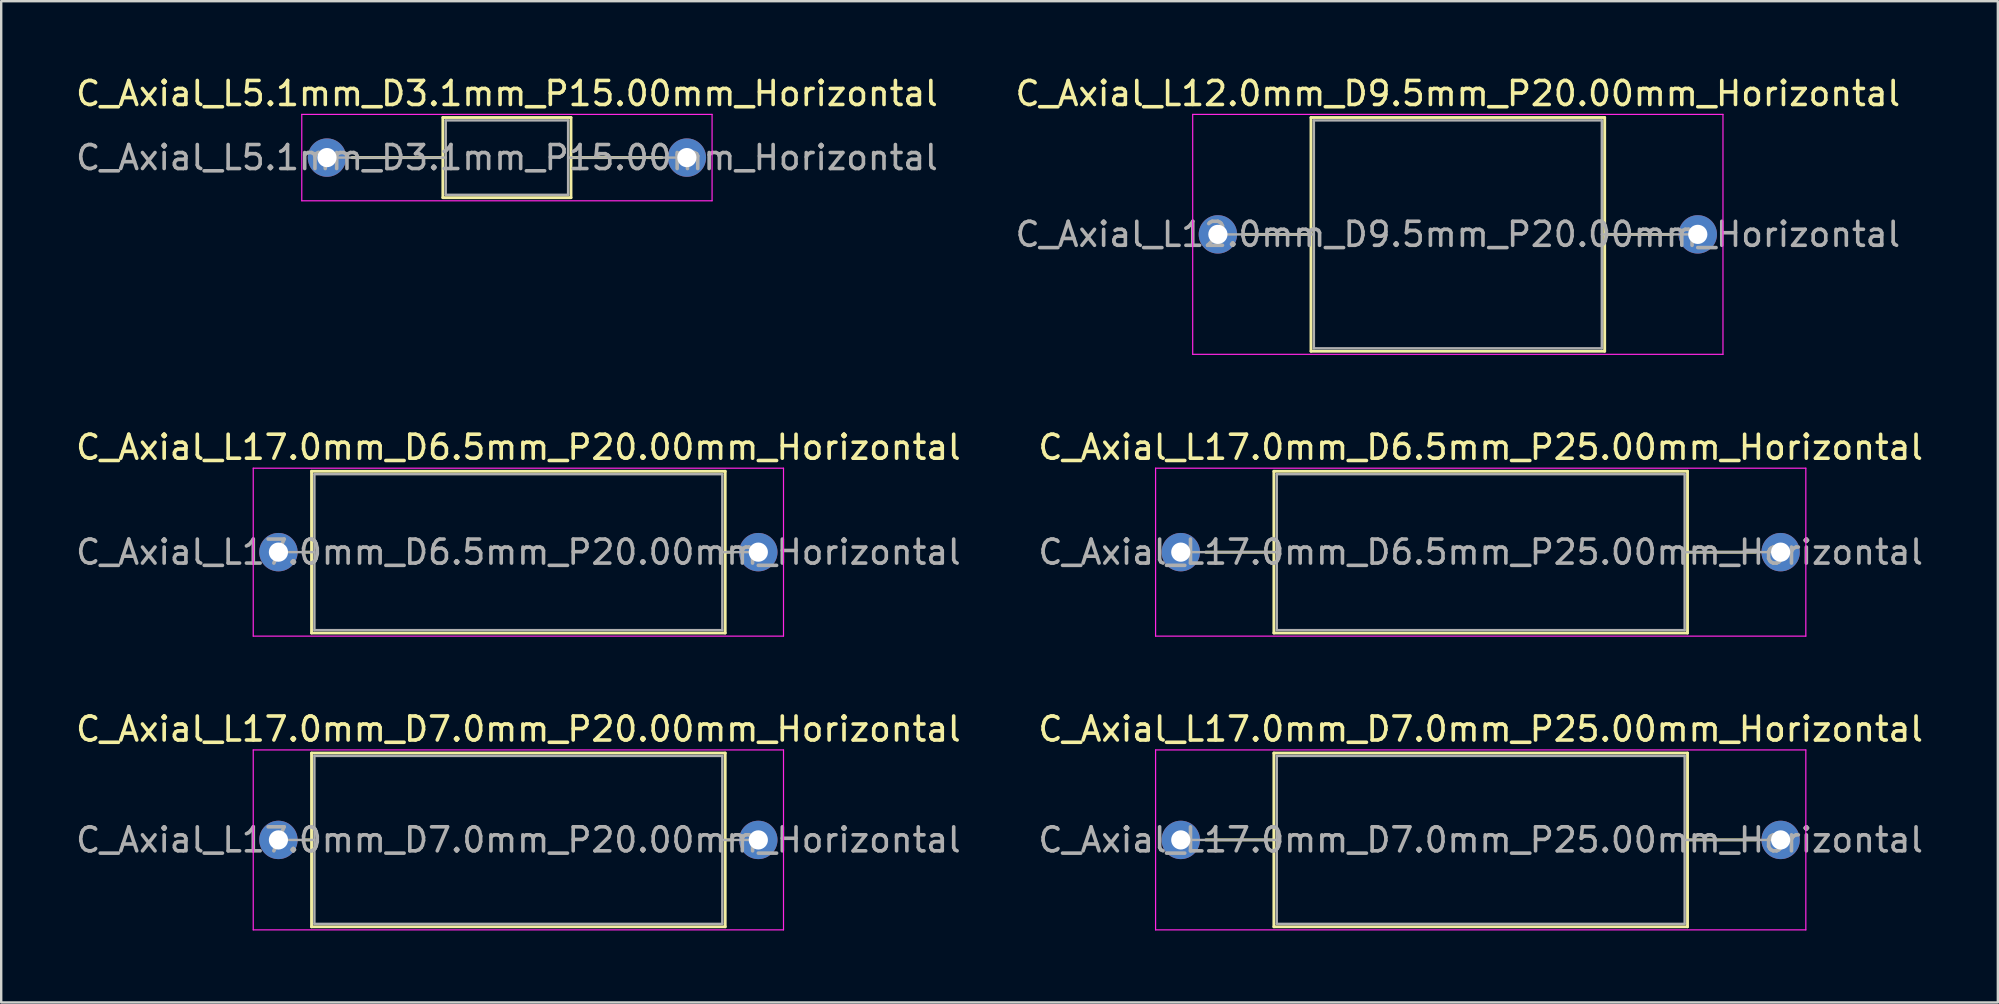
<source format=kicad_pcb>
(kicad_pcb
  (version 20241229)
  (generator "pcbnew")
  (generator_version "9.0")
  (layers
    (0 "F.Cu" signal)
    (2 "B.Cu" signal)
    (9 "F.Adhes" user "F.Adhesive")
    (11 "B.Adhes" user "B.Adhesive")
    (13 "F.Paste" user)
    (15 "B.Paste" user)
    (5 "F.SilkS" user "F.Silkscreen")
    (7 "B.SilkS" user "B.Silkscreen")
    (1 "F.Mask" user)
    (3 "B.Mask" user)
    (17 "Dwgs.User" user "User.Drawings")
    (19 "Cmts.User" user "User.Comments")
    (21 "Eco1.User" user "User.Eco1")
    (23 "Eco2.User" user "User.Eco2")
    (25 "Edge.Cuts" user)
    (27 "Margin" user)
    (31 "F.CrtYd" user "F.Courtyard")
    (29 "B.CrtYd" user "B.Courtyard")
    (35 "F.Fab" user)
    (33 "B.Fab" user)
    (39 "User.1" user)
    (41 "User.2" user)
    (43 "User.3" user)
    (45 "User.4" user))
  (footprint "C_Axial_L17.0mm_D6.5mm_P25.00mm_Horizontal"
    (layer "F.Cu")
    (at 46.161 19.962)
    (property "Reference" "C_Axial_L17.0mm_D6.5mm_P25.00mm_Horizontal" (at 12.5 -4.37 0) (layer "F.SilkS") (effects (font (size 1 1) (thickness 0.15))))
    (attr through_hole)
    (fp_line (start 1.04 0) (end 3.88 0) (stroke (width 0.12) (type solid)) (layer "F.SilkS"))
    (fp_line (start 3.88 -3.37) (end 3.88 3.37) (stroke (width 0.12) (type solid)) (layer "F.SilkS"))
    (fp_line (start 3.88 3.37) (end 21.12 3.37) (stroke (width 0.12) (type solid)) (layer "F.SilkS"))
    (fp_line (start 21.12 -3.37) (end 3.88 -3.37) (stroke (width 0.12) (type solid)) (layer "F.SilkS"))
    (fp_line (start 21.12 3.37) (end 21.12 -3.37) (stroke (width 0.12) (type solid)) (layer "F.SilkS"))
    (fp_line (start 23.96 0) (end 21.12 0) (stroke (width 0.12) (type solid)) (layer "F.SilkS"))
    (fp_line (start -1.05 -3.5) (end -1.05 3.5) (stroke (width 0.05) (type solid)) (layer "F.CrtYd"))
    (fp_line (start -1.05 3.5) (end 26.05 3.5) (stroke (width 0.05) (type solid)) (layer "F.CrtYd"))
    (fp_line (start 26.05 -3.5) (end -1.05 -3.5) (stroke (width 0.05) (type solid)) (layer "F.CrtYd"))
    (fp_line (start 26.05 3.5) (end 26.05 -3.5) (stroke (width 0.05) (type solid)) (layer "F.CrtYd"))
    (fp_line (start 0 0) (end 4 0) (stroke (width 0.1) (type solid)) (layer "F.Fab"))
    (fp_line (start 4 -3.25) (end 4 3.25) (stroke (width 0.1) (type solid)) (layer "F.Fab"))
    (fp_line (start 4 3.25) (end 21 3.25) (stroke (width 0.1) (type solid)) (layer "F.Fab"))
    (fp_line (start 21 -3.25) (end 4 -3.25) (stroke (width 0.1) (type solid)) (layer "F.Fab"))
    (fp_line (start 21 3.25) (end 21 -3.25) (stroke (width 0.1) (type solid)) (layer "F.Fab"))
    (fp_line (start 25 0) (end 21 0) (stroke (width 0.1) (type solid)) (layer "F.Fab"))
    (fp_text user "${REFERENCE}" (at 12.5 0 0) (layer "F.Fab") (effects (font (size 1 1) (thickness 0.15))))
    (pad "1" thru_hole circle (at 0 0) (size 1.6 1.6) (drill 0.8) (layers "*.Cu" "*.Mask"))
    (pad "2" thru_hole oval (at 25 0) (size 1.6 1.6) (drill 0.8) (layers "*.Cu" "*.Mask")))
  (footprint "C_Axial_L17.0mm_D7.0mm_P20.00mm_Horizontal"
    (layer "F.Cu")
    (at 8.554 31.955)
    (property "Reference" "C_Axial_L17.0mm_D7.0mm_P20.00mm_Horizontal" (at 10 -4.62 0) (layer "F.SilkS") (effects (font (size 1 1) (thickness 0.15))))
    (attr through_hole)
    (fp_line (start 1.04 0) (end 1.38 0) (stroke (width 0.12) (type solid)) (layer "F.SilkS"))
    (fp_line (start 1.38 -3.62) (end 1.38 3.62) (stroke (width 0.12) (type solid)) (layer "F.SilkS"))
    (fp_line (start 1.38 3.62) (end 18.62 3.62) (stroke (width 0.12) (type solid)) (layer "F.SilkS"))
    (fp_line (start 18.62 -3.62) (end 1.38 -3.62) (stroke (width 0.12) (type solid)) (layer "F.SilkS"))
    (fp_line (start 18.62 3.62) (end 18.62 -3.62) (stroke (width 0.12) (type solid)) (layer "F.SilkS"))
    (fp_line (start 18.96 0) (end 18.62 0) (stroke (width 0.12) (type solid)) (layer "F.SilkS"))
    (fp_line (start -1.05 -3.75) (end -1.05 3.75) (stroke (width 0.05) (type solid)) (layer "F.CrtYd"))
    (fp_line (start -1.05 3.75) (end 21.05 3.75) (stroke (width 0.05) (type solid)) (layer "F.CrtYd"))
    (fp_line (start 21.05 -3.75) (end -1.05 -3.75) (stroke (width 0.05) (type solid)) (layer "F.CrtYd"))
    (fp_line (start 21.05 3.75) (end 21.05 -3.75) (stroke (width 0.05) (type solid)) (layer "F.CrtYd"))
    (fp_line (start 0 0) (end 1.5 0) (stroke (width 0.1) (type solid)) (layer "F.Fab"))
    (fp_line (start 1.5 -3.5) (end 1.5 3.5) (stroke (width 0.1) (type solid)) (layer "F.Fab"))
    (fp_line (start 1.5 3.5) (end 18.5 3.5) (stroke (width 0.1) (type solid)) (layer "F.Fab"))
    (fp_line (start 18.5 -3.5) (end 1.5 -3.5) (stroke (width 0.1) (type solid)) (layer "F.Fab"))
    (fp_line (start 18.5 3.5) (end 18.5 -3.5) (stroke (width 0.1) (type solid)) (layer "F.Fab"))
    (fp_line (start 20 0) (end 18.5 0) (stroke (width 0.1) (type solid)) (layer "F.Fab"))
    (fp_text user "${REFERENCE}" (at 10 0 0) (layer "F.Fab") (effects (font (size 1 1) (thickness 0.15))))
    (pad "1" thru_hole circle (at 0 0) (size 1.6 1.6) (drill 0.8) (layers "*.Cu" "*.Mask"))
    (pad "2" thru_hole oval (at 20 0) (size 1.6 1.6) (drill 0.8) (layers "*.Cu" "*.Mask")))
  (footprint "C_Axial_L17.0mm_D7.0mm_P25.00mm_Horizontal"
    (layer "F.Cu")
    (at 46.161 31.955)
    (property "Reference" "C_Axial_L17.0mm_D7.0mm_P25.00mm_Horizontal" (at 12.5 -4.62 0) (layer "F.SilkS") (effects (font (size 1 1) (thickness 0.15))))
    (attr through_hole)
    (fp_line (start 1.04 0) (end 3.88 0) (stroke (width 0.12) (type solid)) (layer "F.SilkS"))
    (fp_line (start 3.88 -3.62) (end 3.88 3.62) (stroke (width 0.12) (type solid)) (layer "F.SilkS"))
    (fp_line (start 3.88 3.62) (end 21.12 3.62) (stroke (width 0.12) (type solid)) (layer "F.SilkS"))
    (fp_line (start 21.12 -3.62) (end 3.88 -3.62) (stroke (width 0.12) (type solid)) (layer "F.SilkS"))
    (fp_line (start 21.12 3.62) (end 21.12 -3.62) (stroke (width 0.12) (type solid)) (layer "F.SilkS"))
    (fp_line (start 23.96 0) (end 21.12 0) (stroke (width 0.12) (type solid)) (layer "F.SilkS"))
    (fp_line (start -1.05 -3.75) (end -1.05 3.75) (stroke (width 0.05) (type solid)) (layer "F.CrtYd"))
    (fp_line (start -1.05 3.75) (end 26.05 3.75) (stroke (width 0.05) (type solid)) (layer "F.CrtYd"))
    (fp_line (start 26.05 -3.75) (end -1.05 -3.75) (stroke (width 0.05) (type solid)) (layer "F.CrtYd"))
    (fp_line (start 26.05 3.75) (end 26.05 -3.75) (stroke (width 0.05) (type solid)) (layer "F.CrtYd"))
    (fp_line (start 0 0) (end 4 0) (stroke (width 0.1) (type solid)) (layer "F.Fab"))
    (fp_line (start 4 -3.5) (end 4 3.5) (stroke (width 0.1) (type solid)) (layer "F.Fab"))
    (fp_line (start 4 3.5) (end 21 3.5) (stroke (width 0.1) (type solid)) (layer "F.Fab"))
    (fp_line (start 21 -3.5) (end 4 -3.5) (stroke (width 0.1) (type solid)) (layer "F.Fab"))
    (fp_line (start 21 3.5) (end 21 -3.5) (stroke (width 0.1) (type solid)) (layer "F.Fab"))
    (fp_line (start 25 0) (end 21 0) (stroke (width 0.1) (type solid)) (layer "F.Fab"))
    (fp_text user "${REFERENCE}" (at 12.5 0 0) (layer "F.Fab") (effects (font (size 1 1) (thickness 0.15))))
    (pad "1" thru_hole circle (at 0 0) (size 1.6 1.6) (drill 0.8) (layers "*.Cu" "*.Mask"))
    (pad "2" thru_hole oval (at 25 0) (size 1.6 1.6) (drill 0.8) (layers "*.Cu" "*.Mask")))
  (footprint "C_Axial_L12.0mm_D9.5mm_P20.00mm_Horizontal"
    (layer "F.Cu")
    (at 47.708 6.718)
    (property "Reference" "C_Axial_L12.0mm_D9.5mm_P20.00mm_Horizontal" (at 10 -5.87 0) (layer "F.SilkS") (effects (font (size 1 1) (thickness 0.15))))
    (attr through_hole)
    (fp_line (start 1.04 0) (end 3.88 0) (stroke (width 0.12) (type solid)) (layer "F.SilkS"))
    (fp_line (start 3.88 -4.87) (end 3.88 4.87) (stroke (width 0.12) (type solid)) (layer "F.SilkS"))
    (fp_line (start 3.88 4.87) (end 16.12 4.87) (stroke (width 0.12) (type solid)) (layer "F.SilkS"))
    (fp_line (start 16.12 -4.87) (end 3.88 -4.87) (stroke (width 0.12) (type solid)) (layer "F.SilkS"))
    (fp_line (start 16.12 4.87) (end 16.12 -4.87) (stroke (width 0.12) (type solid)) (layer "F.SilkS"))
    (fp_line (start 18.96 0) (end 16.12 0) (stroke (width 0.12) (type solid)) (layer "F.SilkS"))
    (fp_line (start -1.05 -5) (end -1.05 5) (stroke (width 0.05) (type solid)) (layer "F.CrtYd"))
    (fp_line (start -1.05 5) (end 21.05 5) (stroke (width 0.05) (type solid)) (layer "F.CrtYd"))
    (fp_line (start 21.05 -5) (end -1.05 -5) (stroke (width 0.05) (type solid)) (layer "F.CrtYd"))
    (fp_line (start 21.05 5) (end 21.05 -5) (stroke (width 0.05) (type solid)) (layer "F.CrtYd"))
    (fp_line (start 0 0) (end 4 0) (stroke (width 0.1) (type solid)) (layer "F.Fab"))
    (fp_line (start 4 -4.75) (end 4 4.75) (stroke (width 0.1) (type solid)) (layer "F.Fab"))
    (fp_line (start 4 4.75) (end 16 4.75) (stroke (width 0.1) (type solid)) (layer "F.Fab"))
    (fp_line (start 16 -4.75) (end 4 -4.75) (stroke (width 0.1) (type solid)) (layer "F.Fab"))
    (fp_line (start 16 4.75) (end 16 -4.75) (stroke (width 0.1) (type solid)) (layer "F.Fab"))
    (fp_line (start 20 0) (end 16 0) (stroke (width 0.1) (type solid)) (layer "F.Fab"))
    (fp_text user "${REFERENCE}" (at 10 0 0) (layer "F.Fab") (effects (font (size 1 1) (thickness 0.15))))
    (pad "1" thru_hole circle (at 0 0) (size 1.6 1.6) (drill 0.8) (layers "*.Cu" "*.Mask"))
    (pad "2" thru_hole oval (at 20 0) (size 1.6 1.6) (drill 0.8) (layers "*.Cu" "*.Mask")))
  (footprint "C_Axial_L5.1mm_D3.1mm_P15.00mm_Horizontal"
    (layer "F.Cu")
    (at 10.577 3.518)
    (property "Reference" "C_Axial_L5.1mm_D3.1mm_P15.00mm_Horizontal" (at 7.5 -2.67 0) (layer "F.SilkS") (effects (font (size 1 1) (thickness 0.15))))
    (attr through_hole)
    (fp_line (start 1.04 0) (end 4.83 0) (stroke (width 0.12) (type solid)) (layer "F.SilkS"))
    (fp_line (start 4.83 -1.67) (end 4.83 1.67) (stroke (width 0.12) (type solid)) (layer "F.SilkS"))
    (fp_line (start 4.83 1.67) (end 10.17 1.67) (stroke (width 0.12) (type solid)) (layer "F.SilkS"))
    (fp_line (start 10.17 -1.67) (end 4.83 -1.67) (stroke (width 0.12) (type solid)) (layer "F.SilkS"))
    (fp_line (start 10.17 1.67) (end 10.17 -1.67) (stroke (width 0.12) (type solid)) (layer "F.SilkS"))
    (fp_line (start 13.96 0) (end 10.17 0) (stroke (width 0.12) (type solid)) (layer "F.SilkS"))
    (fp_line (start -1.05 -1.8) (end -1.05 1.8) (stroke (width 0.05) (type solid)) (layer "F.CrtYd"))
    (fp_line (start -1.05 1.8) (end 16.05 1.8) (stroke (width 0.05) (type solid)) (layer "F.CrtYd"))
    (fp_line (start 16.05 -1.8) (end -1.05 -1.8) (stroke (width 0.05) (type solid)) (layer "F.CrtYd"))
    (fp_line (start 16.05 1.8) (end 16.05 -1.8) (stroke (width 0.05) (type solid)) (layer "F.CrtYd"))
    (fp_line (start 0 0) (end 4.95 0) (stroke (width 0.1) (type solid)) (layer "F.Fab"))
    (fp_line (start 4.95 -1.55) (end 4.95 1.55) (stroke (width 0.1) (type solid)) (layer "F.Fab"))
    (fp_line (start 4.95 1.55) (end 10.05 1.55) (stroke (width 0.1) (type solid)) (layer "F.Fab"))
    (fp_line (start 10.05 -1.55) (end 4.95 -1.55) (stroke (width 0.1) (type solid)) (layer "F.Fab"))
    (fp_line (start 10.05 1.55) (end 10.05 -1.55) (stroke (width 0.1) (type solid)) (layer "F.Fab"))
    (fp_line (start 15 0) (end 10.05 0) (stroke (width 0.1) (type solid)) (layer "F.Fab"))
    (fp_text user "${REFERENCE}" (at 7.5 0 0) (layer "F.Fab") (effects (font (size 1 1) (thickness 0.15))))
    (pad "1" thru_hole circle (at 0 0) (size 1.6 1.6) (drill 0.8) (layers "*.Cu" "*.Mask"))
    (pad "2" thru_hole oval (at 15 0) (size 1.6 1.6) (drill 0.8) (layers "*.Cu" "*.Mask")))
  (footprint "C_Axial_L17.0mm_D6.5mm_P20.00mm_Horizontal"
    (layer "F.Cu")
    (at 8.554 19.962)
    (property "Reference" "C_Axial_L17.0mm_D6.5mm_P20.00mm_Horizontal" (at 10 -4.37 0) (layer "F.SilkS") (effects (font (size 1 1) (thickness 0.15))))
    (attr through_hole)
    (fp_line (start 1.04 0) (end 1.38 0) (stroke (width 0.12) (type solid)) (layer "F.SilkS"))
    (fp_line (start 1.38 -3.37) (end 1.38 3.37) (stroke (width 0.12) (type solid)) (layer "F.SilkS"))
    (fp_line (start 1.38 3.37) (end 18.62 3.37) (stroke (width 0.12) (type solid)) (layer "F.SilkS"))
    (fp_line (start 18.62 -3.37) (end 1.38 -3.37) (stroke (width 0.12) (type solid)) (layer "F.SilkS"))
    (fp_line (start 18.62 3.37) (end 18.62 -3.37) (stroke (width 0.12) (type solid)) (layer "F.SilkS"))
    (fp_line (start 18.96 0) (end 18.62 0) (stroke (width 0.12) (type solid)) (layer "F.SilkS"))
    (fp_line (start -1.05 -3.5) (end -1.05 3.5) (stroke (width 0.05) (type solid)) (layer "F.CrtYd"))
    (fp_line (start -1.05 3.5) (end 21.05 3.5) (stroke (width 0.05) (type solid)) (layer "F.CrtYd"))
    (fp_line (start 21.05 -3.5) (end -1.05 -3.5) (stroke (width 0.05) (type solid)) (layer "F.CrtYd"))
    (fp_line (start 21.05 3.5) (end 21.05 -3.5) (stroke (width 0.05) (type solid)) (layer "F.CrtYd"))
    (fp_line (start 0 0) (end 1.5 0) (stroke (width 0.1) (type solid)) (layer "F.Fab"))
    (fp_line (start 1.5 -3.25) (end 1.5 3.25) (stroke (width 0.1) (type solid)) (layer "F.Fab"))
    (fp_line (start 1.5 3.25) (end 18.5 3.25) (stroke (width 0.1) (type solid)) (layer "F.Fab"))
    (fp_line (start 18.5 -3.25) (end 1.5 -3.25) (stroke (width 0.1) (type solid)) (layer "F.Fab"))
    (fp_line (start 18.5 3.25) (end 18.5 -3.25) (stroke (width 0.1) (type solid)) (layer "F.Fab"))
    (fp_line (start 20 0) (end 18.5 0) (stroke (width 0.1) (type solid)) (layer "F.Fab"))
    (fp_text user "${REFERENCE}" (at 10 0 0) (layer "F.Fab") (effects (font (size 1 1) (thickness 0.15))))
    (pad "1" thru_hole circle (at 0 0) (size 1.6 1.6) (drill 0.8) (layers "*.Cu" "*.Mask"))
    (pad "2" thru_hole oval (at 20 0) (size 1.6 1.6) (drill 0.8) (layers "*.Cu" "*.Mask")))
  (gr_rect
    (start -3 -3)
    (end 80.214 38.73)
    (stroke (width 0.1) (type default))
    (fill no)
    (layer "Edge.Cuts")))
</source>
